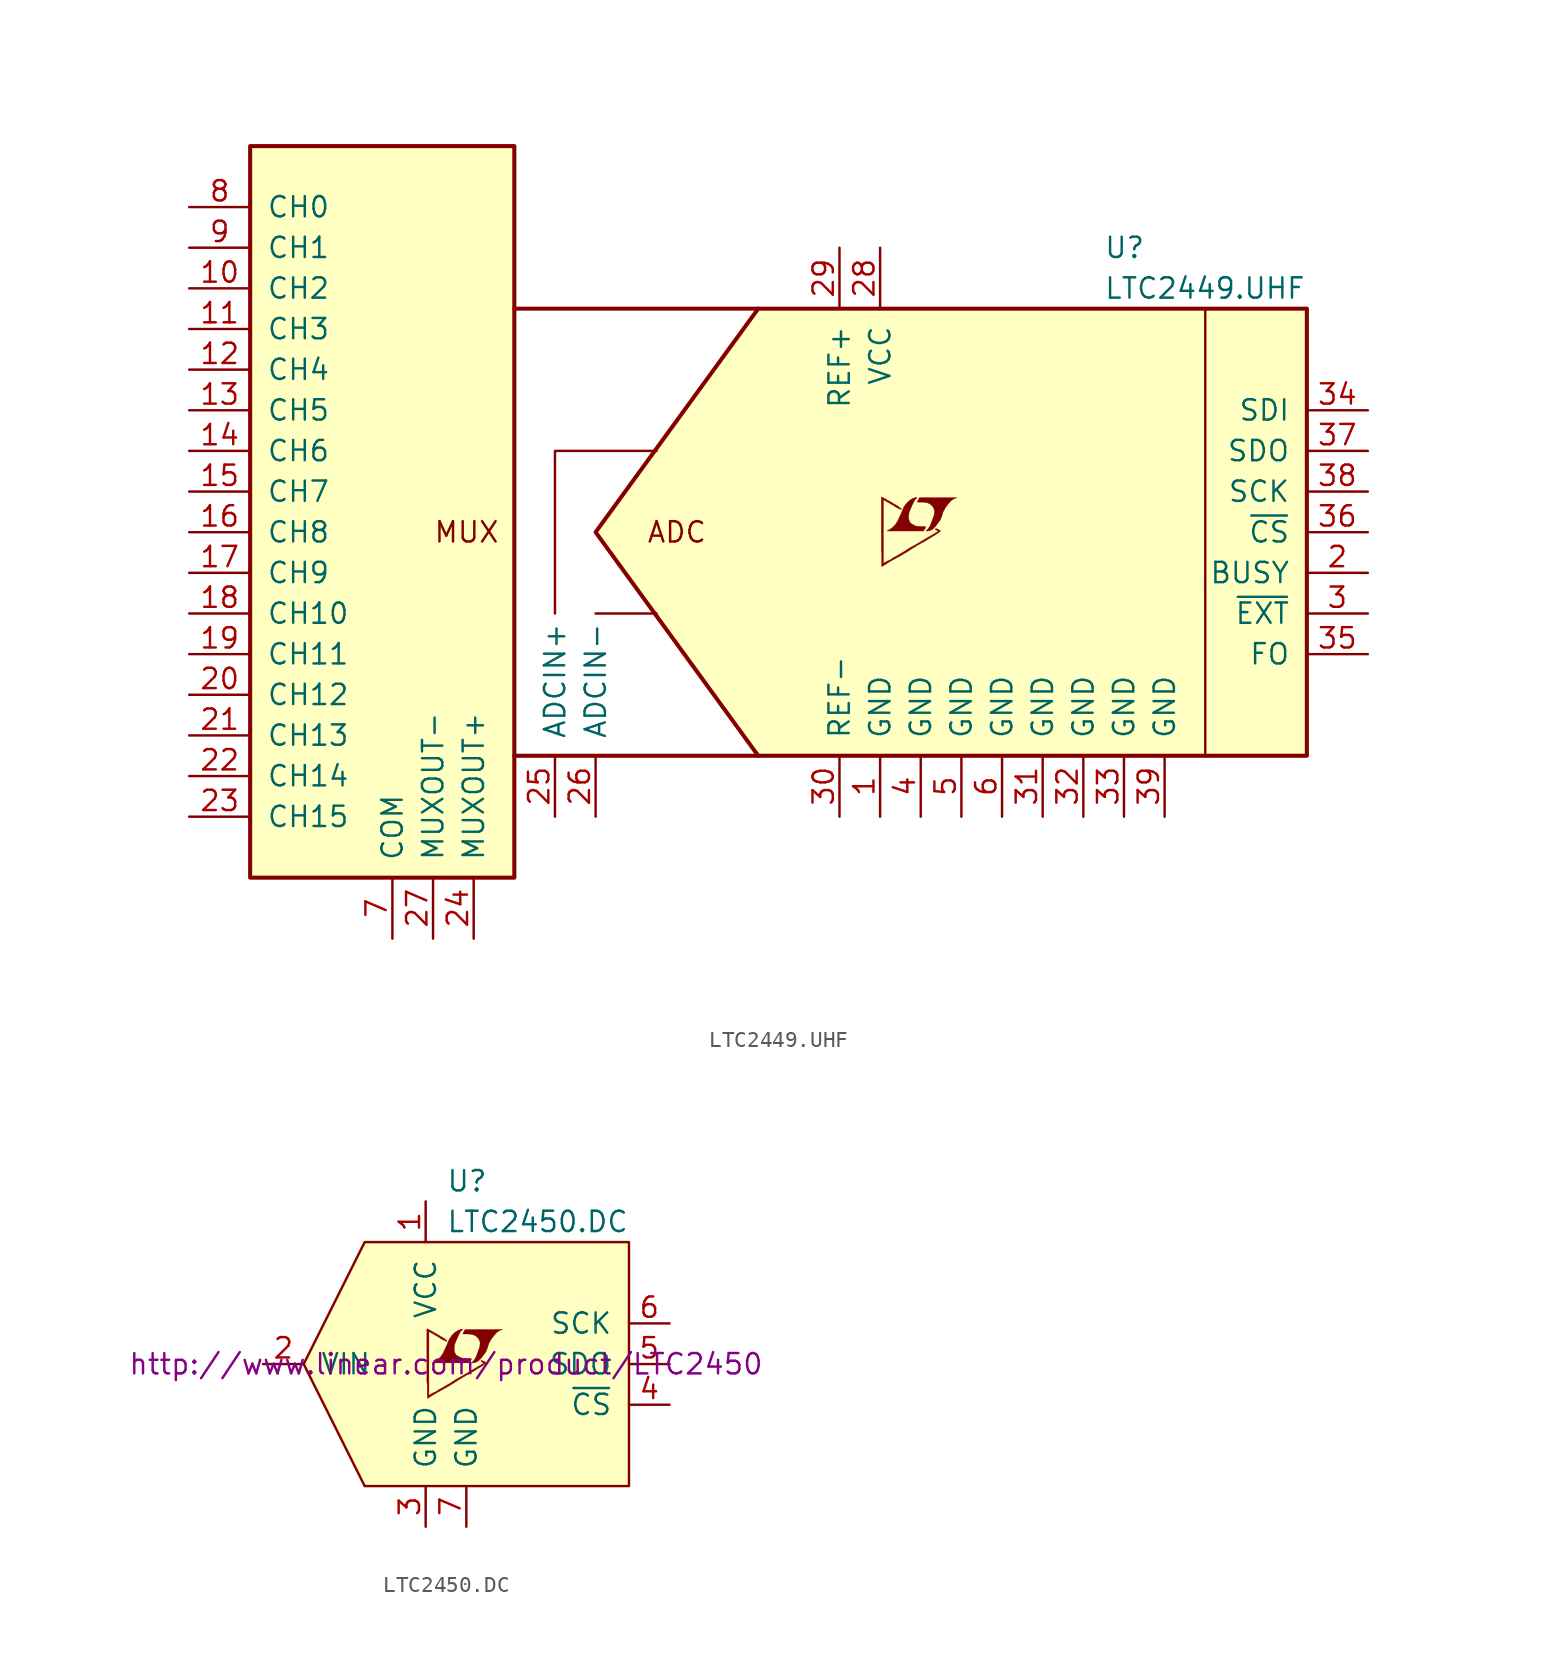
<source format=kicad_sym>
(kicad_symbol_lib
  (version 20201005)
  (generator kicad_symbol_editor)
  (symbol "LTC2449.UHF"
    (pin_names
      (offset 1.016))
    (property "Reference" "U"
      (at 21.59 17.78 0)
      (effects (font (size 1.27 1.27)) (justify left)))
    (property "Value" "LTC2449.UHF"
      (at 21.59 15.24 0)
      (effects (font (size 1.27 1.27)) (justify left)))
    (symbol "LTC2449.UHF_0_0"
      (text "ADC" (at -5.08 0 0) (effects (font (size 1.27 1.27))))
      (text "MUX" (at -20.32 0 0) (effects (font (size 1.27 1.27)) (justify left)))
      (polyline (pts (xy 10.744 0.102) (xy 10.922 0.203) (xy 11.074 0.356) (xy 11.379 0.762) (xy 11.481 1.016) (xy 11.557 1.27) (xy 11.709 1.549) (xy 11.887 1.778) (xy 12.065 1.981) (xy 12.268 2.108) (xy 12.421 2.159) (xy 10.084 2.159) (xy 10.008 2.032) (xy 10.008 2.007) (xy 9.957 1.93) (xy 9.931 1.905) (xy 9.982 1.88) (xy 10.262 1.88) (xy 10.516 1.854) (xy 10.719 1.778) (xy 10.871 1.651) (xy 10.973 1.499) (xy 11.024 1.321) (xy 10.998 1.092) (xy 10.998 1.067) (xy 10.77 0.457) (xy 10.668 0.279) (xy 10.566 0.152) (xy 10.49 0.076) (xy 10.592 0.076) (xy 10.744 0.102)) (stroke (width 0.025)) (fill (type outline)))
      (polyline (pts (xy 10.389 0.178) (xy 10.414 0.203) (xy 10.465 0.279) (xy 10.465 0.33) (xy 10.414 0.356) (xy 10.109 0.356) (xy 9.855 0.381) (xy 9.652 0.483) (xy 9.5 0.584) (xy 9.423 0.762) (xy 9.398 0.94) (xy 9.423 1.168) (xy 9.423 1.194) (xy 9.474 1.346) (xy 9.627 1.702) (xy 9.779 2.007) (xy 9.855 2.083) (xy 9.931 2.184) (xy 9.804 2.159) (xy 9.652 2.108) (xy 9.449 1.981) (xy 9.271 1.803) (xy 9.119 1.6) (xy 8.992 1.321) (xy 8.992 1.295) (xy 8.839 0.965) (xy 8.712 0.686) (xy 8.56 0.457) (xy 8.407 0.305) (xy 8.23 0.178) (xy 8.052 0.076) (xy 10.338 0.076) (xy 10.389 0.178)) (stroke (width 0.025)) (fill (type outline)))
      (polyline (pts (xy 7.798 -2.108) (xy 7.874 -2.057) (xy 8.001 -1.981) (xy 8.077 -1.93) (xy 8.331 -1.778) (xy 8.89 -1.473) (xy 9.398 -1.168) (xy 9.627 -1.016) (xy 9.804 -0.914) (xy 9.957 -0.813) (xy 10.058 -0.762) (xy 10.135 -0.711) (xy 10.287 -0.635) (xy 10.465 -0.533) (xy 10.871 -0.279) (xy 11.049 -0.178) (xy 11.201 -0.076) (xy 11.303 0) (xy 11.379 0.051) (xy 11.405 0.076) (xy 11.252 0.178) (xy 11.1 0.229) (xy 11.074 0.203) (xy 11.074 0.178) (xy 11.151 0.127) (xy 11.252 0.051) (xy 10.338 -0.483) (xy 10.135 -0.61) (xy 9.83 -0.787) (xy 9.5 -0.965) (xy 9.195 -1.168) (xy 8.89 -1.346) (xy 8.636 -1.499) (xy 8.433 -1.6) (xy 8.255 -1.727) (xy 8.077 -1.803) (xy 7.95 -1.88) (xy 7.849 -1.93) (xy 7.823 -1.956) (xy 7.823 2.032) (xy 8.357 1.727) (xy 8.484 1.651) (xy 8.636 1.549) (xy 8.788 1.473) (xy 8.865 1.448) (xy 8.915 1.422) (xy 8.941 1.422) (xy 8.941 1.473) (xy 8.865 1.524) (xy 8.738 1.626) (xy 8.56 1.727) (xy 8.433 1.803) (xy 8.077 2.007) (xy 7.95 2.083) (xy 7.696 2.21) (xy 7.696 -1.067) (xy 7.722 -1.372) (xy 7.722 -2.134) (xy 7.747 -2.134) (xy 7.798 -2.108)) (stroke (width 0.025)) (fill (type outline))))
    (symbol "LTC2449.UHF_0_1"
      (polyline (pts (xy 27.94 13.97) (xy 27.94 -13.97)) (stroke (width 0)) (fill (type none)))
      (polyline (pts (xy -10.16 0) (xy 0 13.97) (xy 34.29 13.97) (xy 34.29 -13.97) (xy 0 -13.97) (xy -10.16 0)) (stroke (width 0.254)) (fill (type background))))
    (symbol "LTC2449.UHF_1_1"
      (rectangle (start -31.75 24.13) (end -15.24 -21.59) (stroke (width 0.254)) (fill (type background)))
      (polyline (pts (xy -15.24 -13.97) (xy 0 -13.97)) (stroke (width 0.254)) (fill (type none)))
      (polyline (pts (xy -15.24 13.97) (xy 0 13.97)) (stroke (width 0.254)) (fill (type none)))
      (polyline (pts (xy -6.35 -5.08) (xy -10.16 -5.08)) (stroke (width 0)) (fill (type none)))
      (polyline (pts (xy -12.7 -5.08) (xy -12.7 5.08) (xy -6.35 5.08)) (stroke (width 0)) (fill (type none)))
      (pin power_in line (at 7.62 -17.78 90) (length 3.81) (name "GND" (effects (font (size 1.27 1.27)))) (number "1" (effects (font (size 1.27 1.27)))))
      (pin input line (at -35.56 15.24 0) (length 3.81) (name "CH2" (effects (font (size 1.27 1.27)))) (number "10" (effects (font (size 1.27 1.27)))))
      (pin input line (at -35.56 12.7 0) (length 3.81) (name "CH3" (effects (font (size 1.27 1.27)))) (number "11" (effects (font (size 1.27 1.27)))))
      (pin input line (at -35.56 10.16 0) (length 3.81) (name "CH4" (effects (font (size 1.27 1.27)))) (number "12" (effects (font (size 1.27 1.27)))))
      (pin input line (at -35.56 7.62 0) (length 3.81) (name "CH5" (effects (font (size 1.27 1.27)))) (number "13" (effects (font (size 1.27 1.27)))))
      (pin input line (at -35.56 5.08 0) (length 3.81) (name "CH6" (effects (font (size 1.27 1.27)))) (number "14" (effects (font (size 1.27 1.27)))))
      (pin input line (at -35.56 2.54 0) (length 3.81) (name "CH7" (effects (font (size 1.27 1.27)))) (number "15" (effects (font (size 1.27 1.27)))))
      (pin input line (at -35.56 0 0) (length 3.81) (name "CH8" (effects (font (size 1.27 1.27)))) (number "16" (effects (font (size 1.27 1.27)))))
      (pin input line (at -35.56 -2.54 0) (length 3.81) (name "CH9" (effects (font (size 1.27 1.27)))) (number "17" (effects (font (size 1.27 1.27)))))
      (pin input line (at -35.56 -5.08 0) (length 3.81) (name "CH10" (effects (font (size 1.27 1.27)))) (number "18" (effects (font (size 1.27 1.27)))))
      (pin input line (at -35.56 -7.62 0) (length 3.81) (name "CH11" (effects (font (size 1.27 1.27)))) (number "19" (effects (font (size 1.27 1.27)))))
      (pin output line (at 38.1 -2.54 180) (length 3.81) (name "BUSY" (effects (font (size 1.27 1.27)))) (number "2" (effects (font (size 1.27 1.27)))))
      (pin input line (at -35.56 -10.16 0) (length 3.81) (name "CH12" (effects (font (size 1.27 1.27)))) (number "20" (effects (font (size 1.27 1.27)))))
      (pin input line (at -35.56 -12.7 0) (length 3.81) (name "CH13" (effects (font (size 1.27 1.27)))) (number "21" (effects (font (size 1.27 1.27)))))
      (pin input line (at -35.56 -15.24 0) (length 3.81) (name "CH14" (effects (font (size 1.27 1.27)))) (number "22" (effects (font (size 1.27 1.27)))))
      (pin input line (at -35.56 -17.78 0) (length 3.81) (name "CH15" (effects (font (size 1.27 1.27)))) (number "23" (effects (font (size 1.27 1.27)))))
      (pin output line (at -17.78 -25.4 90) (length 3.81) (name "MUXOUT+" (effects (font (size 1.27 1.27)))) (number "24" (effects (font (size 1.27 1.27)))))
      (pin input line (at -12.7 -17.78 90) (length 3.81) (name "ADCIN+" (effects (font (size 1.27 1.27)))) (number "25" (effects (font (size 1.27 1.27)))))
      (pin input line (at -10.16 -17.78 90) (length 3.81) (name "ADCIN-" (effects (font (size 1.27 1.27)))) (number "26" (effects (font (size 1.27 1.27)))))
      (pin output line (at -20.32 -25.4 90) (length 3.81) (name "MUXOUT-" (effects (font (size 1.27 1.27)))) (number "27" (effects (font (size 1.27 1.27)))))
      (pin power_in line (at 7.62 17.78 270) (length 3.81) (name "VCC" (effects (font (size 1.27 1.27)))) (number "28" (effects (font (size 1.27 1.27)))))
      (pin passive line (at 5.08 17.78 270) (length 3.81) (name "REF+" (effects (font (size 1.27 1.27)))) (number "29" (effects (font (size 1.27 1.27)))))
      (pin input line (at 38.1 -5.08 180) (length 3.81) (name "~EXT~" (effects (font (size 1.27 1.27)))) (number "3" (effects (font (size 1.27 1.27)))))
      (pin passive line (at 5.08 -17.78 90) (length 3.81) (name "REF-" (effects (font (size 1.27 1.27)))) (number "30" (effects (font (size 1.27 1.27)))))
      (pin power_in line (at 17.78 -17.78 90) (length 3.81) (name "GND" (effects (font (size 1.27 1.27)))) (number "31" (effects (font (size 1.27 1.27)))))
      (pin power_in line (at 20.32 -17.78 90) (length 3.81) (name "GND" (effects (font (size 1.27 1.27)))) (number "32" (effects (font (size 1.27 1.27)))))
      (pin power_in line (at 22.86 -17.78 90) (length 3.81) (name "GND" (effects (font (size 1.27 1.27)))) (number "33" (effects (font (size 1.27 1.27)))))
      (pin input line (at 38.1 7.62 180) (length 3.81) (name "SDI" (effects (font (size 1.27 1.27)))) (number "34" (effects (font (size 1.27 1.27)))))
      (pin input line (at 38.1 -7.62 180) (length 3.81) (name "FO" (effects (font (size 1.27 1.27)))) (number "35" (effects (font (size 1.27 1.27)))))
      (pin input line (at 38.1 0 180) (length 3.81) (name "~CS~" (effects (font (size 1.27 1.27)))) (number "36" (effects (font (size 1.27 1.27)))))
      (pin output line (at 38.1 5.08 180) (length 3.81) (name "SDO" (effects (font (size 1.27 1.27)))) (number "37" (effects (font (size 1.27 1.27)))))
      (pin input line (at 38.1 2.54 180) (length 3.81) (name "SCK" (effects (font (size 1.27 1.27)))) (number "38" (effects (font (size 1.27 1.27)))))
      (pin power_in line (at 25.4 -17.78 90) (length 3.81) (name "GND" (effects (font (size 1.27 1.27)))) (number "39" (effects (font (size 1.27 1.27)))))
      (pin power_in line (at 10.16 -17.78 90) (length 3.81) (name "GND" (effects (font (size 1.27 1.27)))) (number "4" (effects (font (size 1.27 1.27)))))
      (pin power_in line (at 12.7 -17.78 90) (length 3.81) (name "GND" (effects (font (size 1.27 1.27)))) (number "5" (effects (font (size 1.27 1.27)))))
      (pin power_in line (at 15.24 -17.78 90) (length 3.81) (name "GND" (effects (font (size 1.27 1.27)))) (number "6" (effects (font (size 1.27 1.27)))))
      (pin passive line (at -22.86 -25.4 90) (length 3.81) (name "COM" (effects (font (size 1.27 1.27)))) (number "7" (effects (font (size 1.27 1.27)))))
      (pin input line (at -35.56 20.32 0) (length 3.81) (name "CH0" (effects (font (size 1.27 1.27)))) (number "8" (effects (font (size 1.27 1.27)))))
      (pin input line (at -35.56 17.78 0) (length 3.81) (name "CH1" (effects (font (size 1.27 1.27)))) (number "9" (effects (font (size 1.27 1.27)))))))
  (symbol "LTC2450.DC"
    (pin_names
      (offset 1.016))
    (property "Reference" "U"
      (at -1.27 11.43 0)
      (effects (font (size 1.27 1.27)) (justify left)))
    (property "Value" "LTC2450.DC"
      (at -1.27 8.89 0)
      (effects (font (size 1.27 1.27)) (justify left)))
    (property "Datasheet" "http://www.linear.com/product/LTC2450"
      (at -1.27 0 0)
      (effects (font (size 1.27 1.27))))
    (symbol "LTC2450.DC_0_0"
      (polyline (pts (xy 10.16 -7.62) (xy 10.16 7.62) (xy -6.35 7.62) (xy -10.16 0) (xy -6.35 -7.62) (xy 10.16 -7.62)) (stroke (width 0)) (fill (type background)))
      (polyline (pts (xy 0.584 0.102) (xy 0.762 0.203) (xy 0.914 0.356) (xy 1.219 0.762) (xy 1.321 1.016) (xy 1.397 1.27) (xy 1.549 1.549) (xy 1.727 1.778) (xy 1.905 1.981) (xy 2.108 2.108) (xy 2.261 2.159) (xy -0.076 2.159) (xy -0.152 2.032) (xy -0.152 2.007) (xy -0.203 1.93) (xy -0.229 1.905) (xy -0.178 1.88) (xy 0.102 1.88) (xy 0.356 1.854) (xy 0.559 1.778) (xy 0.711 1.651) (xy 0.813 1.499) (xy 0.864 1.321) (xy 0.838 1.092) (xy 0.838 1.067) (xy 0.61 0.457) (xy 0.508 0.279) (xy 0.406 0.152) (xy 0.33 0.076) (xy 0.432 0.076) (xy 0.584 0.102)) (stroke (width 0.025)) (fill (type outline)))
      (polyline (pts (xy 0.229 0.178) (xy 0.254 0.203) (xy 0.305 0.279) (xy 0.305 0.33) (xy 0.254 0.356) (xy -0.051 0.356) (xy -0.305 0.381) (xy -0.508 0.483) (xy -0.66 0.584) (xy -0.737 0.762) (xy -0.762 0.94) (xy -0.737 1.168) (xy -0.737 1.194) (xy -0.686 1.346) (xy -0.533 1.702) (xy -0.381 2.007) (xy -0.305 2.083) (xy -0.229 2.184) (xy -0.356 2.159) (xy -0.508 2.108) (xy -0.711 1.981) (xy -0.889 1.803) (xy -1.041 1.6) (xy -1.168 1.321) (xy -1.168 1.295) (xy -1.321 0.965) (xy -1.448 0.686) (xy -1.6 0.457) (xy -1.753 0.305) (xy -1.93 0.178) (xy -2.108 0.076) (xy 0.178 0.076) (xy 0.229 0.178)) (stroke (width 0.025)) (fill (type outline)))
      (polyline (pts (xy -2.362 -2.108) (xy -2.286 -2.057) (xy -2.159 -1.981) (xy -2.083 -1.93) (xy -1.829 -1.778) (xy -1.27 -1.473) (xy -0.762 -1.168) (xy -0.533 -1.016) (xy -0.356 -0.914) (xy -0.203 -0.813) (xy -0.102 -0.762) (xy -0.025 -0.711) (xy 0.127 -0.635) (xy 0.305 -0.533) (xy 0.711 -0.279) (xy 0.889 -0.178) (xy 1.041 -0.076) (xy 1.143 0) (xy 1.219 0.051) (xy 1.245 0.076) (xy 1.092 0.178) (xy 0.94 0.229) (xy 0.914 0.203) (xy 0.914 0.178) (xy 0.991 0.127) (xy 1.092 0.051) (xy 0.178 -0.483) (xy -0.025 -0.61) (xy -0.33 -0.787) (xy -0.66 -0.965) (xy -0.965 -1.168) (xy -1.27 -1.346) (xy -1.524 -1.499) (xy -1.727 -1.6) (xy -1.905 -1.727) (xy -2.083 -1.803) (xy -2.21 -1.88) (xy -2.311 -1.93) (xy -2.337 -1.956) (xy -2.337 2.032) (xy -1.803 1.727) (xy -1.676 1.651) (xy -1.524 1.549) (xy -1.372 1.473) (xy -1.295 1.448) (xy -1.245 1.422) (xy -1.219 1.422) (xy -1.219 1.473) (xy -1.295 1.524) (xy -1.422 1.626) (xy -1.6 1.727) (xy -1.727 1.803) (xy -2.083 2.007) (xy -2.21 2.083) (xy -2.464 2.21) (xy -2.464 -1.067) (xy -2.438 -1.372) (xy -2.438 -2.134) (xy -2.413 -2.134) (xy -2.362 -2.108)) (stroke (width 0.025)) (fill (type outline))))
    (symbol "LTC2450.DC_1_1"
      (pin power_in line (at -2.54 10.16 270) (length 2.54) (name "VCC" (effects (font (size 1.27 1.27)))) (number "1" (effects (font (size 1.27 1.27)))))
      (pin input line (at -12.7 0 0) (length 2.54) (name "VIN" (effects (font (size 1.27 1.27)))) (number "2" (effects (font (size 1.27 1.27)))))
      (pin power_in line (at -2.54 -10.16 90) (length 2.54) (name "GND" (effects (font (size 1.27 1.27)))) (number "3" (effects (font (size 1.27 1.27)))))
      (pin input line (at 12.7 -2.54 180) (length 2.54) (name "~CS~" (effects (font (size 1.27 1.27)))) (number "4" (effects (font (size 1.27 1.27)))))
      (pin output line (at 12.7 0 180) (length 2.54) (name "SDO" (effects (font (size 1.27 1.27)))) (number "5" (effects (font (size 1.27 1.27)))))
      (pin input line (at 12.7 2.54 180) (length 2.54) (name "SCK" (effects (font (size 1.27 1.27)))) (number "6" (effects (font (size 1.27 1.27)))))
      (pin power_in line (at 0 -10.16 90) (length 2.54) (name "GND" (effects (font (size 1.27 1.27)))) (number "7" (effects (font (size 1.27 1.27))))))))
</source>
